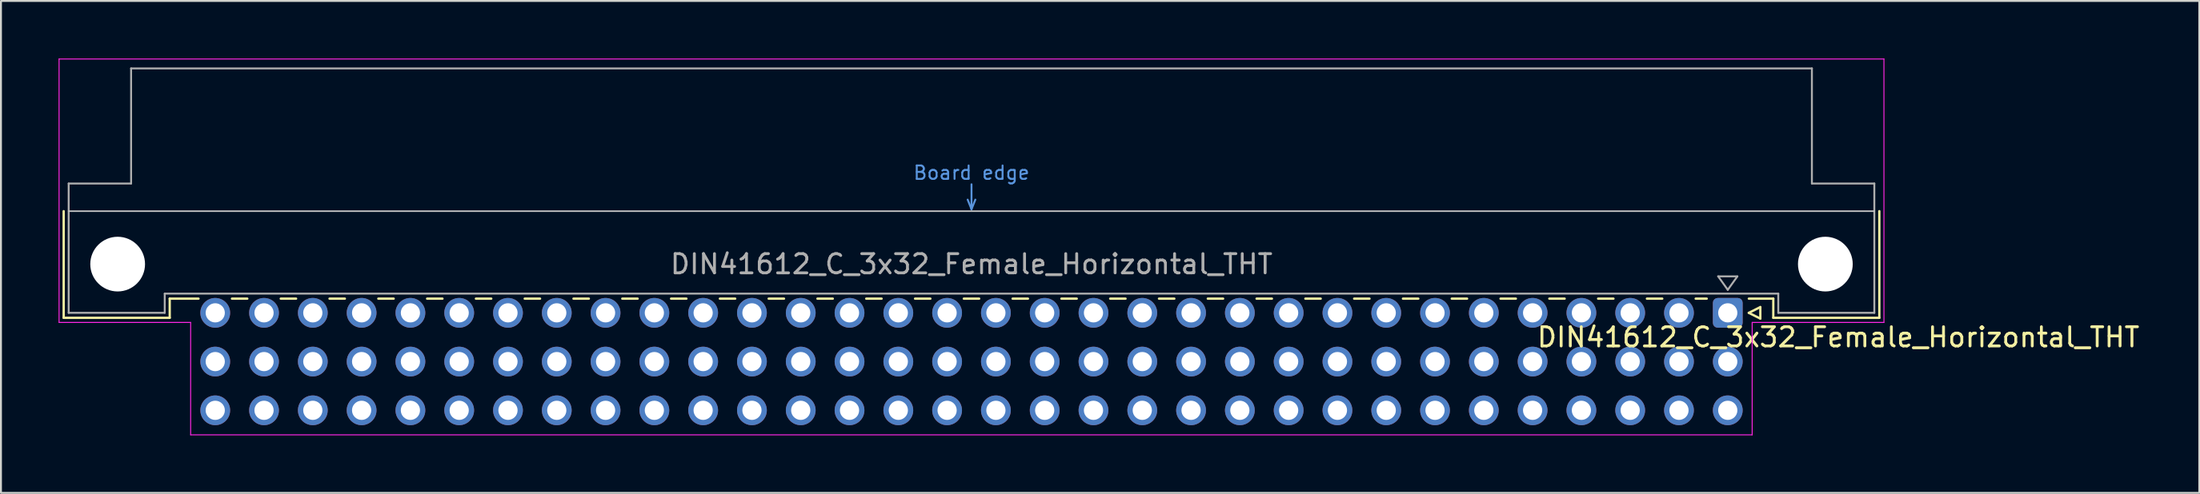
<source format=kicad_pcb>
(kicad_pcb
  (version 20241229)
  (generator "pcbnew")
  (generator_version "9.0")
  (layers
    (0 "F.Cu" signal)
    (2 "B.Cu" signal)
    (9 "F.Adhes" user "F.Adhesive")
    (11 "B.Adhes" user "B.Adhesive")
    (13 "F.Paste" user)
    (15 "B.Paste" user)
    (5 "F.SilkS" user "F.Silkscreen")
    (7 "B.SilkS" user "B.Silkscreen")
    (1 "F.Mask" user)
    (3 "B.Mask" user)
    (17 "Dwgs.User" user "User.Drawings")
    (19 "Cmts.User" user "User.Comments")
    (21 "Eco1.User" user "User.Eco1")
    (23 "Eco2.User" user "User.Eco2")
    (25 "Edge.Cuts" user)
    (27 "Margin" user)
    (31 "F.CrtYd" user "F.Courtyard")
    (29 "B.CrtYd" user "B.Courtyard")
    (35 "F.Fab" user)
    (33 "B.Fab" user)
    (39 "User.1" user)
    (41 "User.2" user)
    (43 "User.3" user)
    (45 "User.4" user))
  (footprint "DIN41612_C_3x32_Female_Horizontal_THT"
    (layer "F.Cu")
    (at 8.155 13.255)
    (property "Reference" "DIN41612_C_3x32_Female_Horizontal_THT" (at 84.495 1.27 0) (layer "F.SilkS") (effects (font (size 1 1) (thickness 0.15))))
    (attr through_hole)
    (fp_line (start -7.89 -5.3) (end -7.89 0.26) (stroke (width 0.12) (type solid)) (layer "F.SilkS"))
    (fp_line (start -7.89 0.26) (end -2.37 0.26) (stroke (width 0.12) (type solid)) (layer "F.SilkS"))
    (fp_line (start -2.37 0.26) (end -2.37 -0.74) (stroke (width 0.12) (type solid)) (layer "F.SilkS"))
    (fp_line (start -0.87 -0.74) (end -2.37 -0.74) (stroke (width 0.12) (type solid)) (layer "F.SilkS"))
    (fp_line (start 1.67 -0.74) (end 0.869 -0.74) (stroke (width 0.12) (type solid)) (layer "F.SilkS"))
    (fp_line (start 4.21 -0.74) (end 3.409 -0.74) (stroke (width 0.12) (type solid)) (layer "F.SilkS"))
    (fp_line (start 6.75 -0.74) (end 5.949 -0.74) (stroke (width 0.12) (type solid)) (layer "F.SilkS"))
    (fp_line (start 9.29 -0.74) (end 8.489 -0.74) (stroke (width 0.12) (type solid)) (layer "F.SilkS"))
    (fp_line (start 11.83 -0.74) (end 11.029 -0.74) (stroke (width 0.12) (type solid)) (layer "F.SilkS"))
    (fp_line (start 14.37 -0.74) (end 13.569 -0.74) (stroke (width 0.12) (type solid)) (layer "F.SilkS"))
    (fp_line (start 16.91 -0.74) (end 16.109 -0.74) (stroke (width 0.12) (type solid)) (layer "F.SilkS"))
    (fp_line (start 19.45 -0.74) (end 18.649 -0.74) (stroke (width 0.12) (type solid)) (layer "F.SilkS"))
    (fp_line (start 21.99 -0.74) (end 21.189 -0.74) (stroke (width 0.12) (type solid)) (layer "F.SilkS"))
    (fp_line (start 24.53 -0.74) (end 23.729 -0.74) (stroke (width 0.12) (type solid)) (layer "F.SilkS"))
    (fp_line (start 27.07 -0.74) (end 26.269 -0.74) (stroke (width 0.12) (type solid)) (layer "F.SilkS"))
    (fp_line (start 29.61 -0.74) (end 28.809 -0.74) (stroke (width 0.12) (type solid)) (layer "F.SilkS"))
    (fp_line (start 32.15 -0.74) (end 31.349 -0.74) (stroke (width 0.12) (type solid)) (layer "F.SilkS"))
    (fp_line (start 34.69 -0.74) (end 33.889 -0.74) (stroke (width 0.12) (type solid)) (layer "F.SilkS"))
    (fp_line (start 37.23 -0.74) (end 36.429 -0.74) (stroke (width 0.12) (type solid)) (layer "F.SilkS"))
    (fp_line (start 39.77 -0.74) (end 38.969 -0.74) (stroke (width 0.12) (type solid)) (layer "F.SilkS"))
    (fp_line (start 42.31 -0.74) (end 41.509 -0.74) (stroke (width 0.12) (type solid)) (layer "F.SilkS"))
    (fp_line (start 44.85 -0.74) (end 44.049 -0.74) (stroke (width 0.12) (type solid)) (layer "F.SilkS"))
    (fp_line (start 47.39 -0.74) (end 46.589 -0.74) (stroke (width 0.12) (type solid)) (layer "F.SilkS"))
    (fp_line (start 49.93 -0.74) (end 49.129 -0.74) (stroke (width 0.12) (type solid)) (layer "F.SilkS"))
    (fp_line (start 52.47 -0.74) (end 51.669 -0.74) (stroke (width 0.12) (type solid)) (layer "F.SilkS"))
    (fp_line (start 55.01 -0.74) (end 54.209 -0.74) (stroke (width 0.12) (type solid)) (layer "F.SilkS"))
    (fp_line (start 57.55 -0.74) (end 56.749 -0.74) (stroke (width 0.12) (type solid)) (layer "F.SilkS"))
    (fp_line (start 60.09 -0.74) (end 59.289 -0.74) (stroke (width 0.12) (type solid)) (layer "F.SilkS"))
    (fp_line (start 62.63 -0.74) (end 61.829 -0.74) (stroke (width 0.12) (type solid)) (layer "F.SilkS"))
    (fp_line (start 65.17 -0.74) (end 64.369 -0.74) (stroke (width 0.12) (type solid)) (layer "F.SilkS"))
    (fp_line (start 67.71 -0.74) (end 66.909 -0.74) (stroke (width 0.12) (type solid)) (layer "F.SilkS"))
    (fp_line (start 70.25 -0.74) (end 69.449 -0.74) (stroke (width 0.12) (type solid)) (layer "F.SilkS"))
    (fp_line (start 72.79 -0.74) (end 71.989 -0.74) (stroke (width 0.12) (type solid)) (layer "F.SilkS"))
    (fp_line (start 75.33 -0.74) (end 74.529 -0.74) (stroke (width 0.12) (type solid)) (layer "F.SilkS"))
    (fp_line (start 77.645 -0.74) (end 77.069 -0.74) (stroke (width 0.12) (type solid)) (layer "F.SilkS"))
    (fp_line (start 79.835 0) (end 80.435 -0.3) (stroke (width 0.12) (type solid)) (layer "F.SilkS"))
    (fp_line (start 80.435 -0.3) (end 80.435 0.3) (stroke (width 0.12) (type solid)) (layer "F.SilkS"))
    (fp_line (start 80.435 0.3) (end 79.835 0) (stroke (width 0.12) (type solid)) (layer "F.SilkS"))
    (fp_line (start 81.11 0.26) (end 81.11 -0.74) (stroke (width 0.12) (type solid)) (layer "F.SilkS"))
    (fp_line (start 81.111 -0.74) (end 79.835 -0.74) (stroke (width 0.12) (type solid)) (layer "F.SilkS"))
    (fp_line (start 86.63 -5.3) (end 86.63 0.26) (stroke (width 0.12) (type solid)) (layer "F.SilkS"))
    (fp_line (start 86.63 0.26) (end 81.11 0.26) (stroke (width 0.12) (type solid)) (layer "F.SilkS"))
    (fp_line (start 86.37 -5.3) (end -7.63 -5.3) (stroke (width 0.08) (type solid)) (layer "Dwgs.User"))
    (fp_line (start 39.37 -5.4) (end 39.17 -5.9) (stroke (width 0.1) (type solid)) (layer "Cmts.User"))
    (fp_line (start 39.37 -5.4) (end 39.37 -6.7) (stroke (width 0.1) (type solid)) (layer "Cmts.User"))
    (fp_line (start 39.57 -5.9) (end 39.37 -5.4) (stroke (width 0.1) (type solid)) (layer "Cmts.User"))
    (fp_line (start -8.13 -13.23) (end 86.87 -13.23) (stroke (width 0.05) (type solid)) (layer "F.CrtYd"))
    (fp_line (start -8.13 0.5) (end -8.13 -13.23) (stroke (width 0.05) (type solid)) (layer "F.CrtYd"))
    (fp_line (start -1.28 0.5) (end -8.13 0.5) (stroke (width 0.05) (type solid)) (layer "F.CrtYd"))
    (fp_line (start -1.28 6.36) (end -1.28 0.5) (stroke (width 0.05) (type solid)) (layer "F.CrtYd"))
    (fp_line (start 80.01 0.5) (end 80.01 6.36) (stroke (width 0.05) (type solid)) (layer "F.CrtYd"))
    (fp_line (start 80.01 6.36) (end -1.28 6.36) (stroke (width 0.05) (type solid)) (layer "F.CrtYd"))
    (fp_line (start 86.87 -13.23) (end 86.87 0.5) (stroke (width 0.05) (type solid)) (layer "F.CrtYd"))
    (fp_line (start 86.87 0.5) (end 80.01 0.5) (stroke (width 0.05) (type solid)) (layer "F.CrtYd"))
    (fp_line (start -7.63 -6.74) (end -4.38 -6.74) (stroke (width 0.1) (type solid)) (layer "F.Fab"))
    (fp_line (start -7.63 0) (end -7.63 -6.74) (stroke (width 0.1) (type solid)) (layer "F.Fab"))
    (fp_line (start -4.38 -12.74) (end 83.12 -12.74) (stroke (width 0.1) (type solid)) (layer "F.Fab"))
    (fp_line (start -4.38 -6.74) (end -4.38 -12.74) (stroke (width 0.1) (type solid)) (layer "F.Fab"))
    (fp_line (start -2.63 -1) (end -2.63 0) (stroke (width 0.1) (type solid)) (layer "F.Fab"))
    (fp_line (start -2.63 0) (end -7.63 0) (stroke (width 0.1) (type solid)) (layer "F.Fab"))
    (fp_line (start 78.24 -1.9) (end 78.74 -1.2) (stroke (width 0.1) (type solid)) (layer "F.Fab"))
    (fp_line (start 78.74 -1.2) (end 79.24 -1.9) (stroke (width 0.1) (type solid)) (layer "F.Fab"))
    (fp_line (start 79.24 -1.9) (end 78.24 -1.9) (stroke (width 0.1) (type solid)) (layer "F.Fab"))
    (fp_line (start 81.37 -1) (end -2.63 -1) (stroke (width 0.1) (type solid)) (layer "F.Fab"))
    (fp_line (start 81.37 0) (end 81.37 -1) (stroke (width 0.1) (type solid)) (layer "F.Fab"))
    (fp_line (start 83.12 -12.74) (end 83.12 -6.74) (stroke (width 0.1) (type solid)) (layer "F.Fab"))
    (fp_line (start 83.12 -6.74) (end 86.37 -6.74) (stroke (width 0.1) (type solid)) (layer "F.Fab"))
    (fp_line (start 86.37 -6.74) (end 86.37 0) (stroke (width 0.1) (type solid)) (layer "F.Fab"))
    (fp_line (start 86.37 0) (end 81.37 0) (stroke (width 0.1) (type solid)) (layer "F.Fab"))
    (fp_text user "Board edge" (at 39.37 -7.3 0) (layer "Cmts.User") (effects (font (size 0.7 0.7) (thickness 0.1))))
    (fp_text user "${REFERENCE}" (at 39.37 -2.54 0) (layer "F.Fab") (effects (font (size 1 1) (thickness 0.15))))
    (pad "" np_thru_hole circle (at -5.08 -2.54) (size 2.85 2.85) (drill 2.85) (layers "*.Cu" "*.Mask"))
    (pad "" np_thru_hole circle (at 83.82 -2.54) (size 2.85 2.85) (drill 2.85) (layers "*.Cu" "*.Mask"))
    (pad "a1" thru_hole roundrect (at 78.74 0) (size 1.55 1.55) (drill 1) (layers "*.Cu" "*.Mask") (roundrect_rratio 0.161))
    (pad "a2" thru_hole circle (at 76.2 0) (size 1.55 1.55) (drill 1) (layers "*.Cu" "*.Mask"))
    (pad "a3" thru_hole circle (at 73.66 0) (size 1.55 1.55) (drill 1) (layers "*.Cu" "*.Mask"))
    (pad "a4" thru_hole circle (at 71.12 0) (size 1.55 1.55) (drill 1) (layers "*.Cu" "*.Mask"))
    (pad "a5" thru_hole circle (at 68.58 0) (size 1.55 1.55) (drill 1) (layers "*.Cu" "*.Mask"))
    (pad "a6" thru_hole circle (at 66.04 0) (size 1.55 1.55) (drill 1) (layers "*.Cu" "*.Mask"))
    (pad "a7" thru_hole circle (at 63.5 0) (size 1.55 1.55) (drill 1) (layers "*.Cu" "*.Mask"))
    (pad "a8" thru_hole circle (at 60.96 0) (size 1.55 1.55) (drill 1) (layers "*.Cu" "*.Mask"))
    (pad "a9" thru_hole circle (at 58.42 0) (size 1.55 1.55) (drill 1) (layers "*.Cu" "*.Mask"))
    (pad "a10" thru_hole circle (at 55.88 0) (size 1.55 1.55) (drill 1) (layers "*.Cu" "*.Mask"))
    (pad "a11" thru_hole circle (at 53.34 0) (size 1.55 1.55) (drill 1) (layers "*.Cu" "*.Mask"))
    (pad "a12" thru_hole circle (at 50.8 0) (size 1.55 1.55) (drill 1) (layers "*.Cu" "*.Mask"))
    (pad "a13" thru_hole circle (at 48.26 0) (size 1.55 1.55) (drill 1) (layers "*.Cu" "*.Mask"))
    (pad "a14" thru_hole circle (at 45.72 0) (size 1.55 1.55) (drill 1) (layers "*.Cu" "*.Mask"))
    (pad "a15" thru_hole circle (at 43.18 0) (size 1.55 1.55) (drill 1) (layers "*.Cu" "*.Mask"))
    (pad "a16" thru_hole circle (at 40.64 0) (size 1.55 1.55) (drill 1) (layers "*.Cu" "*.Mask"))
    (pad "a17" thru_hole circle (at 38.1 0) (size 1.55 1.55) (drill 1) (layers "*.Cu" "*.Mask"))
    (pad "a18" thru_hole circle (at 35.56 0) (size 1.55 1.55) (drill 1) (layers "*.Cu" "*.Mask"))
    (pad "a19" thru_hole circle (at 33.02 0) (size 1.55 1.55) (drill 1) (layers "*.Cu" "*.Mask"))
    (pad "a20" thru_hole circle (at 30.48 0) (size 1.55 1.55) (drill 1) (layers "*.Cu" "*.Mask"))
    (pad "a21" thru_hole circle (at 27.94 0) (size 1.55 1.55) (drill 1) (layers "*.Cu" "*.Mask"))
    (pad "a22" thru_hole circle (at 25.4 0) (size 1.55 1.55) (drill 1) (layers "*.Cu" "*.Mask"))
    (pad "a23" thru_hole circle (at 22.86 0) (size 1.55 1.55) (drill 1) (layers "*.Cu" "*.Mask"))
    (pad "a24" thru_hole circle (at 20.32 0) (size 1.55 1.55) (drill 1) (layers "*.Cu" "*.Mask"))
    (pad "a25" thru_hole circle (at 17.78 0) (size 1.55 1.55) (drill 1) (layers "*.Cu" "*.Mask"))
    (pad "a26" thru_hole circle (at 15.24 0) (size 1.55 1.55) (drill 1) (layers "*.Cu" "*.Mask"))
    (pad "a27" thru_hole circle (at 12.7 0) (size 1.55 1.55) (drill 1) (layers "*.Cu" "*.Mask"))
    (pad "a28" thru_hole circle (at 10.16 0) (size 1.55 1.55) (drill 1) (layers "*.Cu" "*.Mask"))
    (pad "a29" thru_hole circle (at 7.62 0) (size 1.55 1.55) (drill 1) (layers "*.Cu" "*.Mask"))
    (pad "a30" thru_hole circle (at 5.08 0) (size 1.55 1.55) (drill 1) (layers "*.Cu" "*.Mask"))
    (pad "a31" thru_hole circle (at 2.54 0) (size 1.55 1.55) (drill 1) (layers "*.Cu" "*.Mask"))
    (pad "a32" thru_hole circle (at 0 0) (size 1.55 1.55) (drill 1) (layers "*.Cu" "*.Mask"))
    (pad "b1" thru_hole circle (at 78.74 2.54) (size 1.55 1.55) (drill 1) (layers "*.Cu" "*.Mask"))
    (pad "b2" thru_hole circle (at 76.2 2.54) (size 1.55 1.55) (drill 1) (layers "*.Cu" "*.Mask"))
    (pad "b3" thru_hole circle (at 73.66 2.54) (size 1.55 1.55) (drill 1) (layers "*.Cu" "*.Mask"))
    (pad "b4" thru_hole circle (at 71.12 2.54) (size 1.55 1.55) (drill 1) (layers "*.Cu" "*.Mask"))
    (pad "b5" thru_hole circle (at 68.58 2.54) (size 1.55 1.55) (drill 1) (layers "*.Cu" "*.Mask"))
    (pad "b6" thru_hole circle (at 66.04 2.54) (size 1.55 1.55) (drill 1) (layers "*.Cu" "*.Mask"))
    (pad "b7" thru_hole circle (at 63.5 2.54) (size 1.55 1.55) (drill 1) (layers "*.Cu" "*.Mask"))
    (pad "b8" thru_hole circle (at 60.96 2.54) (size 1.55 1.55) (drill 1) (layers "*.Cu" "*.Mask"))
    (pad "b9" thru_hole circle (at 58.42 2.54) (size 1.55 1.55) (drill 1) (layers "*.Cu" "*.Mask"))
    (pad "b10" thru_hole circle (at 55.88 2.54) (size 1.55 1.55) (drill 1) (layers "*.Cu" "*.Mask"))
    (pad "b11" thru_hole circle (at 53.34 2.54) (size 1.55 1.55) (drill 1) (layers "*.Cu" "*.Mask"))
    (pad "b12" thru_hole circle (at 50.8 2.54) (size 1.55 1.55) (drill 1) (layers "*.Cu" "*.Mask"))
    (pad "b13" thru_hole circle (at 48.26 2.54) (size 1.55 1.55) (drill 1) (layers "*.Cu" "*.Mask"))
    (pad "b14" thru_hole circle (at 45.72 2.54) (size 1.55 1.55) (drill 1) (layers "*.Cu" "*.Mask"))
    (pad "b15" thru_hole circle (at 43.18 2.54) (size 1.55 1.55) (drill 1) (layers "*.Cu" "*.Mask"))
    (pad "b16" thru_hole circle (at 40.64 2.54) (size 1.55 1.55) (drill 1) (layers "*.Cu" "*.Mask"))
    (pad "b17" thru_hole circle (at 38.1 2.54) (size 1.55 1.55) (drill 1) (layers "*.Cu" "*.Mask"))
    (pad "b18" thru_hole circle (at 35.56 2.54) (size 1.55 1.55) (drill 1) (layers "*.Cu" "*.Mask"))
    (pad "b19" thru_hole circle (at 33.02 2.54) (size 1.55 1.55) (drill 1) (layers "*.Cu" "*.Mask"))
    (pad "b20" thru_hole circle (at 30.48 2.54) (size 1.55 1.55) (drill 1) (layers "*.Cu" "*.Mask"))
    (pad "b21" thru_hole circle (at 27.94 2.54) (size 1.55 1.55) (drill 1) (layers "*.Cu" "*.Mask"))
    (pad "b22" thru_hole circle (at 25.4 2.54) (size 1.55 1.55) (drill 1) (layers "*.Cu" "*.Mask"))
    (pad "b23" thru_hole circle (at 22.86 2.54) (size 1.55 1.55) (drill 1) (layers "*.Cu" "*.Mask"))
    (pad "b24" thru_hole circle (at 20.32 2.54) (size 1.55 1.55) (drill 1) (layers "*.Cu" "*.Mask"))
    (pad "b25" thru_hole circle (at 17.78 2.54) (size 1.55 1.55) (drill 1) (layers "*.Cu" "*.Mask"))
    (pad "b26" thru_hole circle (at 15.24 2.54) (size 1.55 1.55) (drill 1) (layers "*.Cu" "*.Mask"))
    (pad "b27" thru_hole circle (at 12.7 2.54) (size 1.55 1.55) (drill 1) (layers "*.Cu" "*.Mask"))
    (pad "b28" thru_hole circle (at 10.16 2.54) (size 1.55 1.55) (drill 1) (layers "*.Cu" "*.Mask"))
    (pad "b29" thru_hole circle (at 7.62 2.54) (size 1.55 1.55) (drill 1) (layers "*.Cu" "*.Mask"))
    (pad "b30" thru_hole circle (at 5.08 2.54) (size 1.55 1.55) (drill 1) (layers "*.Cu" "*.Mask"))
    (pad "b31" thru_hole circle (at 2.54 2.54) (size 1.55 1.55) (drill 1) (layers "*.Cu" "*.Mask"))
    (pad "b32" thru_hole circle (at 0 2.54) (size 1.55 1.55) (drill 1) (layers "*.Cu" "*.Mask"))
    (pad "c1" thru_hole circle (at 78.74 5.08) (size 1.55 1.55) (drill 1) (layers "*.Cu" "*.Mask"))
    (pad "c2" thru_hole circle (at 76.2 5.08) (size 1.55 1.55) (drill 1) (layers "*.Cu" "*.Mask"))
    (pad "c3" thru_hole circle (at 73.66 5.08) (size 1.55 1.55) (drill 1) (layers "*.Cu" "*.Mask"))
    (pad "c4" thru_hole circle (at 71.12 5.08) (size 1.55 1.55) (drill 1) (layers "*.Cu" "*.Mask"))
    (pad "c5" thru_hole circle (at 68.58 5.08) (size 1.55 1.55) (drill 1) (layers "*.Cu" "*.Mask"))
    (pad "c6" thru_hole circle (at 66.04 5.08) (size 1.55 1.55) (drill 1) (layers "*.Cu" "*.Mask"))
    (pad "c7" thru_hole circle (at 63.5 5.08) (size 1.55 1.55) (drill 1) (layers "*.Cu" "*.Mask"))
    (pad "c8" thru_hole circle (at 60.96 5.08) (size 1.55 1.55) (drill 1) (layers "*.Cu" "*.Mask"))
    (pad "c9" thru_hole circle (at 58.42 5.08) (size 1.55 1.55) (drill 1) (layers "*.Cu" "*.Mask"))
    (pad "c10" thru_hole circle (at 55.88 5.08) (size 1.55 1.55) (drill 1) (layers "*.Cu" "*.Mask"))
    (pad "c11" thru_hole circle (at 53.34 5.08) (size 1.55 1.55) (drill 1) (layers "*.Cu" "*.Mask"))
    (pad "c12" thru_hole circle (at 50.8 5.08) (size 1.55 1.55) (drill 1) (layers "*.Cu" "*.Mask"))
    (pad "c13" thru_hole circle (at 48.26 5.08) (size 1.55 1.55) (drill 1) (layers "*.Cu" "*.Mask"))
    (pad "c14" thru_hole circle (at 45.72 5.08) (size 1.55 1.55) (drill 1) (layers "*.Cu" "*.Mask"))
    (pad "c15" thru_hole circle (at 43.18 5.08) (size 1.55 1.55) (drill 1) (layers "*.Cu" "*.Mask"))
    (pad "c16" thru_hole circle (at 40.64 5.08) (size 1.55 1.55) (drill 1) (layers "*.Cu" "*.Mask"))
    (pad "c17" thru_hole circle (at 38.1 5.08) (size 1.55 1.55) (drill 1) (layers "*.Cu" "*.Mask"))
    (pad "c18" thru_hole circle (at 35.56 5.08) (size 1.55 1.55) (drill 1) (layers "*.Cu" "*.Mask"))
    (pad "c19" thru_hole circle (at 33.02 5.08) (size 1.55 1.55) (drill 1) (layers "*.Cu" "*.Mask"))
    (pad "c20" thru_hole circle (at 30.48 5.08) (size 1.55 1.55) (drill 1) (layers "*.Cu" "*.Mask"))
    (pad "c21" thru_hole circle (at 27.94 5.08) (size 1.55 1.55) (drill 1) (layers "*.Cu" "*.Mask"))
    (pad "c22" thru_hole circle (at 25.4 5.08) (size 1.55 1.55) (drill 1) (layers "*.Cu" "*.Mask"))
    (pad "c23" thru_hole circle (at 22.86 5.08) (size 1.55 1.55) (drill 1) (layers "*.Cu" "*.Mask"))
    (pad "c24" thru_hole circle (at 20.32 5.08) (size 1.55 1.55) (drill 1) (layers "*.Cu" "*.Mask"))
    (pad "c25" thru_hole circle (at 17.78 5.08) (size 1.55 1.55) (drill 1) (layers "*.Cu" "*.Mask"))
    (pad "c26" thru_hole circle (at 15.24 5.08) (size 1.55 1.55) (drill 1) (layers "*.Cu" "*.Mask"))
    (pad "c27" thru_hole circle (at 12.7 5.08) (size 1.55 1.55) (drill 1) (layers "*.Cu" "*.Mask"))
    (pad "c28" thru_hole circle (at 10.16 5.08) (size 1.55 1.55) (drill 1) (layers "*.Cu" "*.Mask"))
    (pad "c29" thru_hole circle (at 7.62 5.08) (size 1.55 1.55) (drill 1) (layers "*.Cu" "*.Mask"))
    (pad "c30" thru_hole circle (at 5.08 5.08) (size 1.55 1.55) (drill 1) (layers "*.Cu" "*.Mask"))
    (pad "c31" thru_hole circle (at 2.54 5.08) (size 1.55 1.55) (drill 1) (layers "*.Cu" "*.Mask"))
    (pad "c32" thru_hole circle (at 0 5.08) (size 1.55 1.55) (drill 1) (layers "*.Cu" "*.Mask")))
  (gr_rect
    (start -3 -3)
    (end 111.442 22.64)
    (stroke (width 0.1) (type default))
    (fill no)
    (layer "Edge.Cuts")))
</source>
